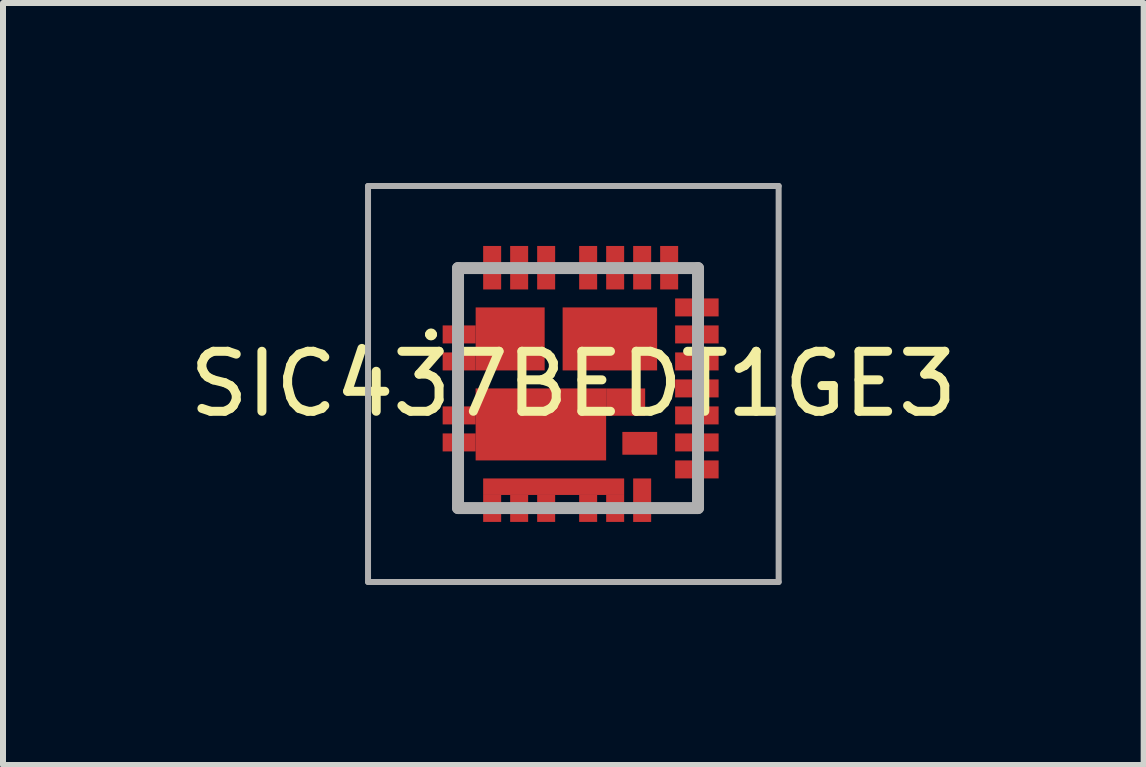
<source format=kicad_pcb>
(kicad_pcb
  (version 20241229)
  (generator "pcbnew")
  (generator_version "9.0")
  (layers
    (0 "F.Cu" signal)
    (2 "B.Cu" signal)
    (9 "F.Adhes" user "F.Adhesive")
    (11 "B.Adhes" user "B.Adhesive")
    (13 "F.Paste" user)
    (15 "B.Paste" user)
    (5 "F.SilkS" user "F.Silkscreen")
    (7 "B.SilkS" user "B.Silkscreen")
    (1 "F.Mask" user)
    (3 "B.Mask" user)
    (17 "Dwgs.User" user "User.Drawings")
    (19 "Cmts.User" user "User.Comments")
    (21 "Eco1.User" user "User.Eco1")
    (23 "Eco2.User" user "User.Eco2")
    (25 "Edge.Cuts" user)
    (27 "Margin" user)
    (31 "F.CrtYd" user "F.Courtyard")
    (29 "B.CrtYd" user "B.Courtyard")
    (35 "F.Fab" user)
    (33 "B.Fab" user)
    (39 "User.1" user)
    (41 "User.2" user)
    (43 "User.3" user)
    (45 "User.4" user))
  (footprint "SIC437BEDT1GE3"
    (layer "F.Cu")
    (at 6.584 3.418)
    (property "Reference" "SIC437BEDT1GE3" (at -0.078 -0.068 0) (layer "F.SilkS") (effects (font (size 1 1) (thickness 0.15))))
    (attr smd)
    (fp_line (start -2.5 -0.894) (end -2.5 -0.894) (stroke (width 0.1) (type solid)) (layer "F.SilkS"))
    (fp_line (start -2.4 -0.894) (end -2.4 -0.894) (stroke (width 0.1) (type solid)) (layer "F.SilkS"))
    (fp_line (start -2 -2) (end -2 -1.2) (stroke (width 0.1) (type solid)) (layer "F.SilkS"))
    (fp_line (start -2 1.2) (end -2 2.006) (stroke (width 0.1) (type solid)) (layer "F.SilkS"))
    (fp_line (start -2 2.006) (end -1.8 2.006) (stroke (width 0.1) (type solid)) (layer "F.SilkS"))
    (fp_line (start -1.8 -2) (end -2 -2) (stroke (width 0.1) (type solid)) (layer "F.SilkS"))
    (fp_line (start 1.8 -2.006) (end 2 -2.006) (stroke (width 0.1) (type solid)) (layer "F.SilkS"))
    (fp_line (start 2 -2.006) (end 2 -1.6) (stroke (width 0.1) (type solid)) (layer "F.SilkS"))
    (fp_line (start 2 1.8) (end 2 2.006) (stroke (width 0.1) (type solid)) (layer "F.SilkS"))
    (fp_line (start 2 2.006) (end 1.4 2.006) (stroke (width 0.1) (type solid)) (layer "F.SilkS"))
    (fp_arc (start -2.5 -0.894) (mid -2.45 -0.944) (end -2.4 -0.894) (stroke (width 0.1) (type solid)) (layer "F.SilkS"))
    (fp_arc (start -2.4 -0.894) (mid -2.45 -0.844) (end -2.5 -0.894) (stroke (width 0.1) (type solid)) (layer "F.SilkS"))
    (fp_line (start -3.5 -3.368) (end 3.344 -3.368) (stroke (width 0.1) (type solid)) (layer "F.Fab"))
    (fp_line (start -3.5 3.232) (end -3.5 -3.368) (stroke (width 0.1) (type solid)) (layer "F.Fab"))
    (fp_line (start -2 -2) (end 2 -2) (stroke (width 0.2) (type solid)) (layer "F.Fab"))
    (fp_line (start -2 2) (end -2 -2) (stroke (width 0.2) (type solid)) (layer "F.Fab"))
    (fp_line (start 2 -2) (end 2 2) (stroke (width 0.2) (type solid)) (layer "F.Fab"))
    (fp_line (start 2 2) (end -2 2) (stroke (width 0.2) (type solid)) (layer "F.Fab"))
    (fp_line (start 3.344 -3.368) (end 3.344 3.232) (stroke (width 0.1) (type solid)) (layer "F.Fab"))
    (fp_line (start 3.344 3.232) (end -3.5 3.232) (stroke (width 0.1) (type solid)) (layer "F.Fab"))
    (pad "1" smd rect (at -1.981 -0.894) (size 0.55 0.3) (layers "F.Cu" "F.Mask" "F.Paste"))
    (pad "2" smd rect (at -1.981 -0.444) (size 0.55 0.3) (layers "F.Cu" "F.Mask" "F.Paste"))
    (pad "3" smd rect (at -1.981 0.456) (size 0.55 0.3) (layers "F.Cu" "F.Mask" "F.Paste"))
    (pad "4" smd rect (at -1.981 0.906) (size 0.55 0.3) (layers "F.Cu" "F.Mask" "F.Paste"))
    (pad "5" smd rect (at -1.431 2.006) (size 0.3 0.45) (layers "F.Cu" "F.Mask" "F.Paste"))
    (pad "6" smd rect (at -0.981 2.006) (size 0.3 0.45) (layers "F.Cu" "F.Mask" "F.Paste"))
    (pad "7" smd rect (at -0.531 2.006) (size 0.3 0.45) (layers "F.Cu" "F.Mask" "F.Paste"))
    (pad "8" smd rect (at 0.169 2.006) (size 0.3 0.45) (layers "F.Cu" "F.Mask" "F.Paste"))
    (pad "9" smd rect (at 0.619 2.006) (size 0.3 0.45) (layers "F.Cu" "F.Mask" "F.Paste"))
    (pad "10" smd rect (at 1.069 1.869) (size 0.3 0.725) (layers "F.Cu" "F.Mask" "F.Paste"))
    (pad "11" smd rect (at 1.981 1.356) (size 0.725 0.3) (layers "F.Cu" "F.Mask" "F.Paste"))
    (pad "12" smd rect (at 1.981 0.906) (size 0.725 0.3) (layers "F.Cu" "F.Mask" "F.Paste"))
    (pad "13" smd rect (at 1.981 0.456) (size 0.725 0.3) (layers "F.Cu" "F.Mask" "F.Paste"))
    (pad "14" smd rect (at 1.981 0.006) (size 0.725 0.3) (layers "F.Cu" "F.Mask" "F.Paste"))
    (pad "15" smd rect (at 1.981 -0.444) (size 0.725 0.3) (layers "F.Cu" "F.Mask" "F.Paste"))
    (pad "16" smd rect (at 1.981 -0.894) (size 0.725 0.3) (layers "F.Cu" "F.Mask" "F.Paste"))
    (pad "17" smd rect (at 1.981 -1.344) (size 0.725 0.3) (layers "F.Cu" "F.Mask" "F.Paste"))
    (pad "18" smd rect (at 1.519 -2.006) (size 0.3 0.725) (layers "F.Cu" "F.Mask" "F.Paste"))
    (pad "19" smd rect (at 1.069 -2.006) (size 0.3 0.725) (layers "F.Cu" "F.Mask" "F.Paste"))
    (pad "20" smd rect (at 0.619 -2.006) (size 0.3 0.725) (layers "F.Cu" "F.Mask" "F.Paste"))
    (pad "21" smd rect (at 0.169 -2.006) (size 0.3 0.725) (layers "F.Cu" "F.Mask" "F.Paste"))
    (pad "22" smd rect (at -0.531 -2.006) (size 0.3 0.725) (layers "F.Cu" "F.Mask" "F.Paste"))
    (pad "23" smd rect (at -0.981 -2.006) (size 0.3 0.725) (layers "F.Cu" "F.Mask" "F.Paste"))
    (pad "24" smd rect (at -1.431 -2.006) (size 0.3 0.725) (layers "F.Cu" "F.Mask" "F.Paste"))
    (pad "25" smd rect (at 0.531 -0.819) (size 1.575 1.05) (layers "F.Cu" "F.Mask" "F.Paste"))
    (pad "26" smd rect (at -1.131 -0.819) (size 1.15 1.05) (layers "F.Cu" "F.Mask" "F.Paste"))
    (pad "27" smd rect (at -0.619 0.606) (size 2.175 1.2) (layers "F.Cu" "F.Mask" "F.Paste"))
    (pad "28" smd rect (at 1.029 0.921) (size 0.58 0.38) (layers "F.Cu" "F.Mask" "F.Paste"))
    (pad "29" smd rect (at 0.794 0.234) (size 0.65 0.455) (layers "F.Cu" "F.Mask" "F.Paste"))
    (pad "30" smd rect (at -0.406 1.644) (size 2.35 0.275) (layers "F.Cu" "F.Mask" "F.Paste")))
  (gr_rect
    (start -3 -3)
    (end 16.012 9.7)
    (stroke (width 0.1) (type default))
    (fill no)
    (layer "Edge.Cuts")))
</source>
